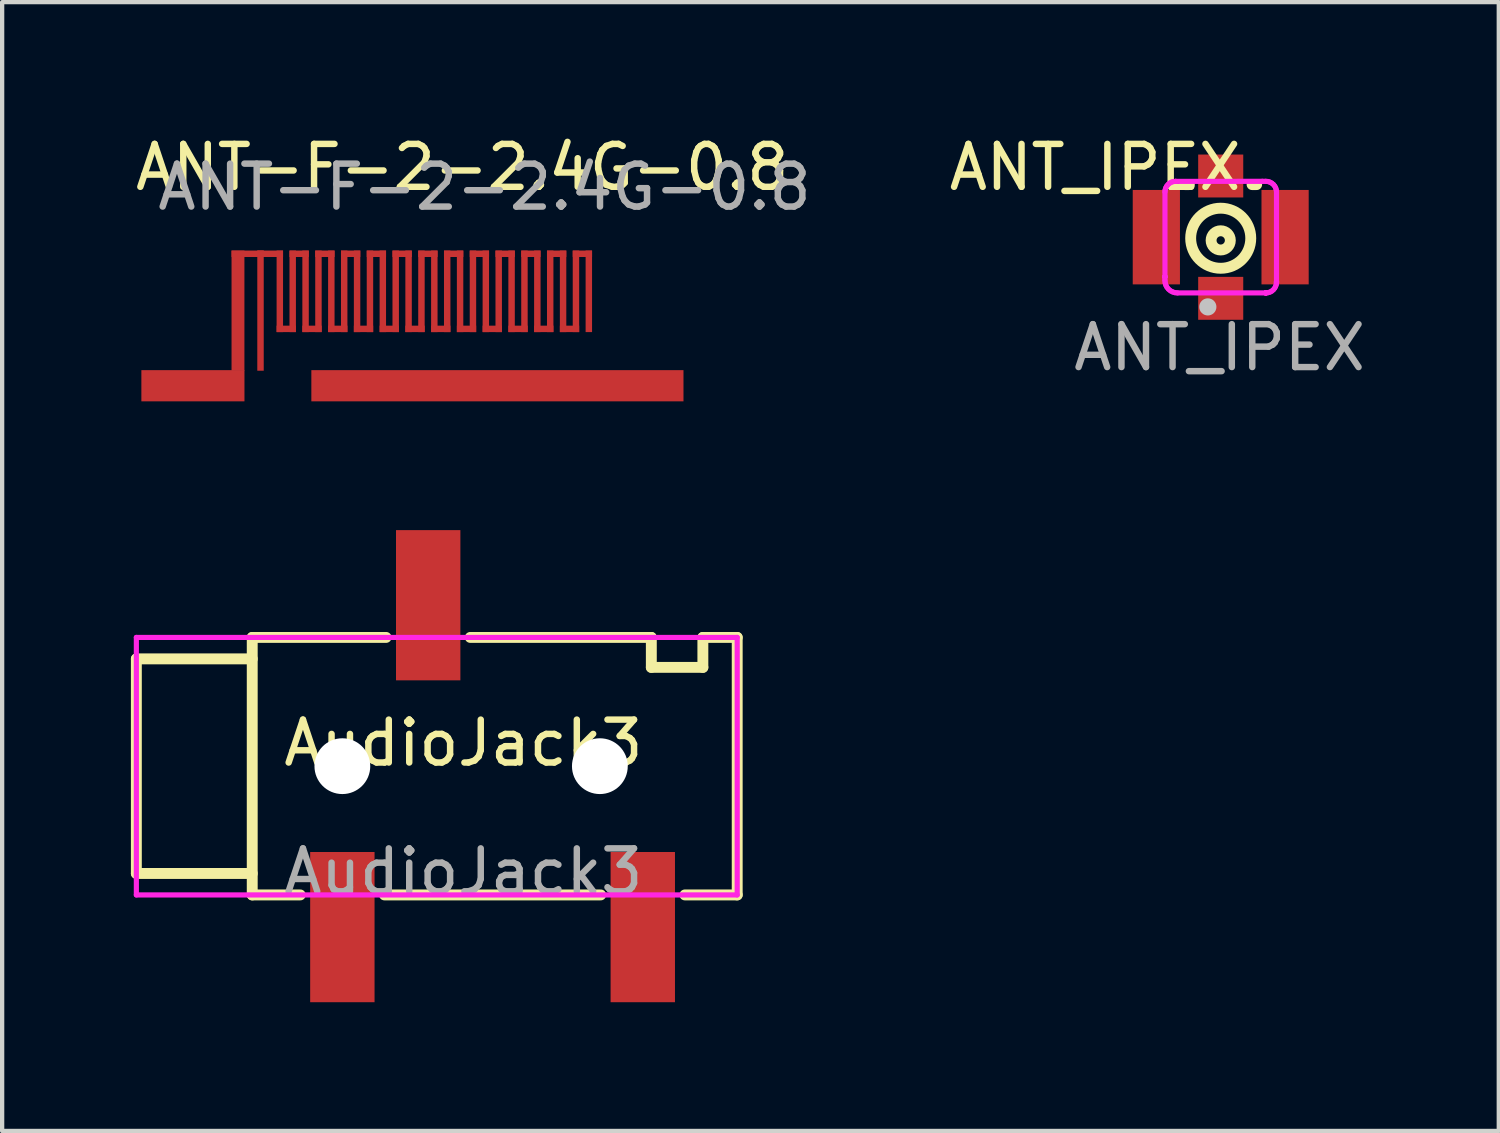
<source format=kicad_pcb>
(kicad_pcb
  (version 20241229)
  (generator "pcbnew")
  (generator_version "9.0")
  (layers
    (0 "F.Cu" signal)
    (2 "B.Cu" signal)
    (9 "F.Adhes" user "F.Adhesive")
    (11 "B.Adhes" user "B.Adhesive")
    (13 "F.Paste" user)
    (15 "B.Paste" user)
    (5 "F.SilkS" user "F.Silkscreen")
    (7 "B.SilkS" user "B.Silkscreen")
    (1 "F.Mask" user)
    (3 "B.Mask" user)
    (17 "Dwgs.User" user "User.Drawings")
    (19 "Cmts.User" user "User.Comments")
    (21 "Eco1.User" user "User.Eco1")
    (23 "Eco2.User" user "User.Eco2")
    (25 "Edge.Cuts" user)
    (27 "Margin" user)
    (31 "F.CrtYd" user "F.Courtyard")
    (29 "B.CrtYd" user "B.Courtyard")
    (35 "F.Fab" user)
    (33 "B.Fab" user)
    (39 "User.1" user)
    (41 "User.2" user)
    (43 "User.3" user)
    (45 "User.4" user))
  (footprint "ANT_IPEX"
    (layer "F.Cu")
    (at 25.366 2.548)
    (property "Reference" "ANT_IPEX" (at -2.9 -1.7 0) (unlocked yes) (layer "F.SilkS") (effects (font (size 1 1) (thickness 0.15))))
    (attr smd)
    (fp_line (start -0.81 -1.297) (end -0.704 -1.297) (stroke (width 0.254) (type solid)) (layer "F.SilkS"))
    (fp_line (start 0.758 -1.297) (end 0.864 -1.297) (stroke (width 0.254) (type solid)) (layer "F.SilkS"))
    (fp_circle (center 0.027 -0.047) (end 0.727 -0.047) (stroke (width 0.254) (type solid)) (fill no) (layer "F.SilkS"))
    (fp_circle (center 0.027 0.003) (end 0.251 0.003) (stroke (width 0.254) (type solid)) (fill no) (layer "F.SilkS"))
    (fp_circle (center -0.273 1.553) (end -0.173 1.553) (stroke (width 0.2) (type solid)) (fill no) (layer "Dwgs.User"))
    (fp_circle (center 1.527 1.479) (end 1.557 1.479) (stroke (width 0.06) (type solid)) (fill no) (layer "Eco2.User"))
    (fp_line (start -1.273 0.853) (end -1.273 0.853) (stroke (width 0.12) (type solid)) (layer "F.CrtYd"))
    (fp_line (start -1.273 0.853) (end -1.273 0.853) (stroke (width 0.12) (type solid)) (layer "F.CrtYd"))
    (fp_line (start -1.273 0.853) (end -1.273 0.853) (stroke (width 0.12) (type solid)) (layer "F.CrtYd"))
    (fp_line (start -1.273 0.853) (end -1.273 0.853) (stroke (width 0.12) (type solid)) (layer "F.CrtYd"))
    (fp_line (start -1.273 0.853) (end -1.273 0.853) (stroke (width 0.12) (type solid)) (layer "F.CrtYd"))
    (fp_line (start -1.273 0.853) (end -1.273 0.853) (stroke (width 0.12) (type solid)) (layer "F.CrtYd"))
    (fp_line (start -1.273 0.853) (end -1.273 0.935) (stroke (width 0.12) (type solid)) (layer "F.CrtYd"))
    (fp_line (start -1.273 0.935) (end -1.267 0.992) (stroke (width 0.12) (type solid)) (layer "F.CrtYd"))
    (fp_line (start -1.272 -1.125) (end -1.272 0.852) (stroke (width 0.12) (type solid)) (layer "F.CrtYd"))
    (fp_line (start -1.272 0.852) (end -1.272 0.853) (stroke (width 0.12) (type solid)) (layer "F.CrtYd"))
    (fp_line (start -1.272 0.853) (end -1.273 0.853) (stroke (width 0.12) (type solid)) (layer "F.CrtYd"))
    (fp_line (start -1.268 -1.173) (end -1.272 -1.125) (stroke (width 0.12) (type solid)) (layer "F.CrtYd"))
    (fp_line (start -1.267 0.992) (end -1.251 1.047) (stroke (width 0.12) (type solid)) (layer "F.CrtYd"))
    (fp_line (start -1.254 -1.22) (end -1.268 -1.173) (stroke (width 0.12) (type solid)) (layer "F.CrtYd"))
    (fp_line (start -1.251 1.047) (end -1.224 1.097) (stroke (width 0.12) (type solid)) (layer "F.CrtYd"))
    (fp_line (start -1.231 -1.262) (end -1.254 -1.22) (stroke (width 0.12) (type solid)) (layer "F.CrtYd"))
    (fp_line (start -1.224 1.097) (end -1.188 1.141) (stroke (width 0.12) (type solid)) (layer "F.CrtYd"))
    (fp_line (start -1.2 -1.3) (end -1.231 -1.262) (stroke (width 0.12) (type solid)) (layer "F.CrtYd"))
    (fp_line (start -1.188 1.141) (end -1.143 1.178) (stroke (width 0.12) (type solid)) (layer "F.CrtYd"))
    (fp_line (start -1.163 -1.331) (end -1.2 -1.3) (stroke (width 0.12) (type solid)) (layer "F.CrtYd"))
    (fp_line (start -1.143 1.178) (end -1.093 1.204) (stroke (width 0.12) (type solid)) (layer "F.CrtYd"))
    (fp_line (start -1.12 -1.354) (end -1.163 -1.331) (stroke (width 0.12) (type solid)) (layer "F.CrtYd"))
    (fp_line (start -1.093 1.204) (end -1.038 1.221) (stroke (width 0.12) (type solid)) (layer "F.CrtYd"))
    (fp_line (start -1.073 -1.368) (end -1.12 -1.354) (stroke (width 0.12) (type solid)) (layer "F.CrtYd"))
    (fp_line (start -1.038 1.221) (end -0.981 1.227) (stroke (width 0.12) (type solid)) (layer "F.CrtYd"))
    (fp_line (start -1.025 -1.372) (end -1.073 -1.368) (stroke (width 0.12) (type solid)) (layer "F.CrtYd"))
    (fp_line (start -1.021 -1.372) (end -1.025 -1.372) (stroke (width 0.12) (type solid)) (layer "F.CrtYd"))
    (fp_line (start -0.981 1.227) (end 1.078 1.227) (stroke (width 0.12) (type solid)) (layer "F.CrtYd"))
    (fp_line (start 0.997 -1.373) (end -1.021 -1.372) (stroke (width 0.12) (type solid)) (layer "F.CrtYd"))
    (fp_line (start 1.077 -1.373) (end 0.997 -1.373) (stroke (width 0.12) (type solid)) (layer "F.CrtYd"))
    (fp_line (start 1.078 1.227) (end 1.078 1.227) (stroke (width 0.12) (type solid)) (layer "F.CrtYd"))
    (fp_line (start 1.078 1.227) (end 1.078 1.227) (stroke (width 0.12) (type solid)) (layer "F.CrtYd"))
    (fp_line (start 1.078 1.227) (end 1.078 1.227) (stroke (width 0.12) (type solid)) (layer "F.CrtYd"))
    (fp_line (start 1.078 1.227) (end 1.078 1.227) (stroke (width 0.12) (type solid)) (layer "F.CrtYd"))
    (fp_line (start 1.078 1.227) (end 1.078 1.227) (stroke (width 0.12) (type solid)) (layer "F.CrtYd"))
    (fp_line (start 1.078 1.227) (end 1.078 1.227) (stroke (width 0.12) (type solid)) (layer "F.CrtYd"))
    (fp_line (start 1.078 1.227) (end 1.078 1.227) (stroke (width 0.12) (type solid)) (layer "F.CrtYd"))
    (fp_line (start 1.078 1.227) (end 1.078 1.227) (stroke (width 0.12) (type solid)) (layer "F.CrtYd"))
    (fp_line (start 1.078 1.227) (end 1.126 1.222) (stroke (width 0.12) (type solid)) (layer "F.CrtYd"))
    (fp_line (start 1.126 -1.369) (end 1.077 -1.373) (stroke (width 0.12) (type solid)) (layer "F.CrtYd"))
    (fp_line (start 1.126 1.222) (end 1.173 1.208) (stroke (width 0.12) (type solid)) (layer "F.CrtYd"))
    (fp_line (start 1.173 -1.354) (end 1.126 -1.369) (stroke (width 0.12) (type solid)) (layer "F.CrtYd"))
    (fp_line (start 1.173 1.208) (end 1.216 1.185) (stroke (width 0.12) (type solid)) (layer "F.CrtYd"))
    (fp_line (start 1.216 -1.331) (end 1.173 -1.354) (stroke (width 0.12) (type solid)) (layer "F.CrtYd"))
    (fp_line (start 1.216 1.185) (end 1.253 1.154) (stroke (width 0.12) (type solid)) (layer "F.CrtYd"))
    (fp_line (start 1.253 1.154) (end 1.284 1.116) (stroke (width 0.12) (type solid)) (layer "F.CrtYd"))
    (fp_line (start 1.254 -1.3) (end 1.216 -1.331) (stroke (width 0.12) (type solid)) (layer "F.CrtYd"))
    (fp_line (start 1.284 1.116) (end 1.307 1.073) (stroke (width 0.12) (type solid)) (layer "F.CrtYd"))
    (fp_line (start 1.285 -1.262) (end 1.254 -1.3) (stroke (width 0.12) (type solid)) (layer "F.CrtYd"))
    (fp_line (start 1.307 1.073) (end 1.322 1.027) (stroke (width 0.12) (type solid)) (layer "F.CrtYd"))
    (fp_line (start 1.308 -1.219) (end 1.285 -1.262) (stroke (width 0.12) (type solid)) (layer "F.CrtYd"))
    (fp_line (start 1.322 -1.172) (end 1.308 -1.219) (stroke (width 0.12) (type solid)) (layer "F.CrtYd"))
    (fp_line (start 1.322 1.027) (end 1.326 0.978) (stroke (width 0.12) (type solid)) (layer "F.CrtYd"))
    (fp_line (start 1.326 0.973) (end 1.326 0.973) (stroke (width 0.12) (type solid)) (layer "F.CrtYd"))
    (fp_line (start 1.326 0.973) (end 1.327 0.973) (stroke (width 0.12) (type solid)) (layer "F.CrtYd"))
    (fp_line (start 1.326 0.978) (end 1.326 0.973) (stroke (width 0.12) (type solid)) (layer "F.CrtYd"))
    (fp_line (start 1.327 -1.123) (end 1.322 -1.172) (stroke (width 0.12) (type solid)) (layer "F.CrtYd"))
    (fp_line (start 1.327 0.972) (end 1.327 -1.123) (stroke (width 0.12) (type solid)) (layer "F.CrtYd"))
    (fp_line (start 1.327 0.972) (end 1.327 0.972) (stroke (width 0.12) (type solid)) (layer "F.CrtYd"))
    (fp_line (start 1.327 0.972) (end 1.327 0.972) (stroke (width 0.12) (type solid)) (layer "F.CrtYd"))
    (fp_line (start 1.327 0.972) (end 1.327 0.972) (stroke (width 0.12) (type solid)) (layer "F.CrtYd"))
    (fp_line (start 1.327 0.973) (end 1.327 0.972) (stroke (width 0.12) (type solid)) (layer "F.CrtYd"))
    (fp_line (start 1.327 0.973) (end 1.327 0.973) (stroke (width 0.12) (type solid)) (layer "F.CrtYd"))
    (fp_line (start 1.327 0.973) (end 1.327 0.973) (stroke (width 0.12) (type solid)) (layer "F.CrtYd"))
    (fp_text user "${REFERENCE}" (at 0 2.5 0) (unlocked yes) (layer "F.Fab") (effects (font (size 1 1) (thickness 0.15))))
    (pad "1" smd rect (at 0.027 1.353) (size 1.05 1) (layers "F.Cu" "F.Mask" "F.Paste"))
    (pad "2" smd rect (at -1.473 -0.072 90) (size 2.2 1.1) (layers "F.Cu" "F.Mask" "F.Paste"))
    (pad "3" smd rect (at 1.527 -0.072 90) (size 2.2 1.1) (layers "F.Cu" "F.Mask" "F.Paste"))
    (pad "4" smd rect (at 0.027 -1.497) (size 1.05 1) (layers "F.Cu" "F.Mask" "F.Paste")))
  (footprint "AudioJack3"
    (layer "F.Cu")
    (at 7.747 14.762)
    (property "Reference" "AudioJack3" (at 0 -0.5 0) (unlocked yes) (layer "F.SilkS") (effects (font (size 1 1) (thickness 0.15))))
    (attr smd)
    (fp_line (start -7.62 -2.46) (end -7.62 2.54) (stroke (width 0.254) (type solid)) (layer "F.SilkS"))
    (fp_line (start -4.92 -2.96) (end -1.801 -2.96) (stroke (width 0.254) (type solid)) (layer "F.SilkS"))
    (fp_line (start -4.92 -2.46) (end -7.62 -2.46) (stroke (width 0.254) (type solid)) (layer "F.SilkS"))
    (fp_line (start -4.92 2.54) (end -7.62 2.54) (stroke (width 0.254) (type solid)) (layer "F.SilkS"))
    (fp_line (start -4.92 3.04) (end -4.92 -2.96) (stroke (width 0.254) (type solid)) (layer "F.SilkS"))
    (fp_line (start -4.92 3.04) (end -3.801 3.04) (stroke (width 0.254) (type solid)) (layer "F.SilkS"))
    (fp_line (start -1.839 3.04) (end 3.199 3.04) (stroke (width 0.254) (type solid)) (layer "F.SilkS"))
    (fp_line (start 4.379 -2.96) (end 0.161 -2.96) (stroke (width 0.254) (type solid)) (layer "F.SilkS"))
    (fp_line (start 4.379 -2.96) (end 4.379 -2.262) (stroke (width 0.254) (type solid)) (layer "F.SilkS"))
    (fp_line (start 4.379 -2.262) (end 5.58 -2.262) (stroke (width 0.254) (type solid)) (layer "F.SilkS"))
    (fp_line (start 5.161 3.04) (end 6.38 3.04) (stroke (width 0.254) (type solid)) (layer "F.SilkS"))
    (fp_line (start 5.58 -2.96) (end 6.38 -2.96) (stroke (width 0.254) (type solid)) (layer "F.SilkS"))
    (fp_line (start 5.58 -2.262) (end 5.58 -2.96) (stroke (width 0.254) (type solid)) (layer "F.SilkS"))
    (fp_line (start 6.38 -2.96) (end 6.38 3.04) (stroke (width 0.254) (type solid)) (layer "F.SilkS"))
    (fp_line (start -7.62 -2.96) (end 6.38 -2.96) (stroke (width 0.12) (type solid)) (layer "F.CrtYd"))
    (fp_line (start -7.62 3.04) (end -7.62 -2.96) (stroke (width 0.12) (type solid)) (layer "F.CrtYd"))
    (fp_line (start 6.38 -2.96) (end 6.38 3.04) (stroke (width 0.12) (type solid)) (layer "F.CrtYd"))
    (fp_line (start 6.38 3.04) (end -7.62 3.04) (stroke (width 0.12) (type solid)) (layer "F.CrtYd"))
    (fp_text user "${REFERENCE}" (at 0 2.5 0) (unlocked yes) (layer "F.Fab") (effects (font (size 1 1) (thickness 0.15))))
    (pad "" np_thru_hole circle (at -2.82 0.04) (size 1.3 1.3) (drill 1.3) (layers "*.Cu" "*.Mask"))
    (pad "" np_thru_hole circle (at 3.18 0.04) (size 1.3 1.3) (drill 1.3) (layers "*.Cu" "*.Mask"))
    (pad "R" smd rect (at 4.18 3.79) (size 1.5 3.5) (layers "F.Cu" "F.Mask" "F.Paste"))
    (pad "S" smd rect (at -2.82 3.79) (size 1.5 3.5) (layers "F.Cu" "F.Mask" "F.Paste"))
    (pad "T" smd rect (at -0.82 -3.71) (size 1.5 3.5) (layers "F.Cu" "F.Mask" "F.Paste")))
  (footprint "ANT-F-2-2.4G-0.8"
    (layer "F.Cu")
    (at 7.22 4.598)
    (property "Reference" "ANT-F-2-2.4G-0.8" (at 0.5 -3.75 0) (unlocked yes) (layer "F.SilkS") (effects (font (size 1 1) (thickness 0.15))))
    (attr smd)
    (fp_text user "${REFERENCE}" (at 1.02 -3.29 0) (unlocked yes) (layer "F.Fab") (effects (font (size 1 1) (thickness 0.15))))
    (pad "" smd rect (at -5.775 1.34 180) (size 2.402 0.727) (layers "F.Cu" "F.Mask" "F.Paste"))
    (pad "" smd rect (at -4.725 -0.41) (size 0.3 2.8) (layers "F.Cu" "F.Mask" "F.Paste"))
    (pad "" smd rect (at 1.32 1.34 180) (size 8.671 0.727) (layers "F.Cu" "F.Mask" "F.Paste"))
    (pad "1" smd rect (at -4.5 -1.735 90) (size 0.15 0.75) (layers "F.Cu" "F.Mask" "F.Paste"))
    (pad "1" smd rect (at -4.2 -0.41 180) (size 0.15 2.8) (layers "F.Cu" "F.Mask" "F.Paste"))
    (pad "1" smd rect (at -3.975 -1.735 180) (size 0.6 0.15) (layers "F.Cu" "F.Mask" "F.Paste"))
    (pad "1" smd rect (at -3.75 -0.86 180) (size 0.15 1.9) (layers "F.Cu" "F.Mask" "F.Paste"))
    (pad "1" smd rect (at -3.6 0.015 180) (size 0.45 0.15) (layers "F.Cu" "F.Mask" "F.Paste"))
    (pad "1" smd rect (at -3.45 -0.86 180) (size 0.15 1.9) (layers "F.Cu" "F.Mask" "F.Paste"))
    (pad "1" smd rect (at -3.3 -1.735 180) (size 0.45 0.15) (layers "F.Cu" "F.Mask" "F.Paste"))
    (pad "1" smd rect (at -3.15 -0.86 180) (size 0.15 1.9) (layers "F.Cu" "F.Mask" "F.Paste"))
    (pad "1" smd rect (at -3 0.015 180) (size 0.45 0.15) (layers "F.Cu" "F.Mask" "F.Paste"))
    (pad "1" smd rect (at -2.85 -0.86 180) (size 0.15 1.9) (layers "F.Cu" "F.Mask" "F.Paste"))
    (pad "1" smd rect (at -2.7 -1.735 180) (size 0.45 0.15) (layers "F.Cu" "F.Mask" "F.Paste"))
    (pad "1" smd rect (at -2.55 -0.86 180) (size 0.15 1.9) (layers "F.Cu" "F.Mask" "F.Paste"))
    (pad "1" smd rect (at -2.4 0.015 180) (size 0.45 0.15) (layers "F.Cu" "F.Mask" "F.Paste"))
    (pad "1" smd rect (at -2.25 -0.86 180) (size 0.15 1.9) (layers "F.Cu" "F.Mask" "F.Paste"))
    (pad "1" smd rect (at -2.1 -1.735 180) (size 0.45 0.15) (layers "F.Cu" "F.Mask" "F.Paste"))
    (pad "1" smd rect (at -1.95 -0.86 180) (size 0.15 1.9) (layers "F.Cu" "F.Mask" "F.Paste"))
    (pad "1" smd rect (at -1.8 0.015 180) (size 0.45 0.15) (layers "F.Cu" "F.Mask" "F.Paste"))
    (pad "1" smd rect (at -1.65 -0.86 180) (size 0.15 1.9) (layers "F.Cu" "F.Mask" "F.Paste"))
    (pad "1" smd rect (at -1.5 -1.735 180) (size 0.45 0.15) (layers "F.Cu" "F.Mask" "F.Paste"))
    (pad "1" smd rect (at -1.35 -0.86 180) (size 0.15 1.9) (layers "F.Cu" "F.Mask" "F.Paste"))
    (pad "1" smd rect (at -1.2 0.015 180) (size 0.45 0.15) (layers "F.Cu" "F.Mask" "F.Paste"))
    (pad "1" smd rect (at -1.05 -0.86 180) (size 0.15 1.9) (layers "F.Cu" "F.Mask" "F.Paste"))
    (pad "1" smd rect (at -0.9 -1.735 180) (size 0.45 0.15) (layers "F.Cu" "F.Mask" "F.Paste"))
    (pad "1" smd rect (at -0.75 -0.86 180) (size 0.15 1.9) (layers "F.Cu" "F.Mask" "F.Paste"))
    (pad "1" smd rect (at -0.6 0.015 180) (size 0.45 0.15) (layers "F.Cu" "F.Mask" "F.Paste"))
    (pad "1" smd rect (at -0.45 -0.86 180) (size 0.15 1.9) (layers "F.Cu" "F.Mask" "F.Paste"))
    (pad "1" smd rect (at -0.3 -1.735 180) (size 0.45 0.15) (layers "F.Cu" "F.Mask" "F.Paste"))
    (pad "1" smd rect (at -0.15 -0.86 180) (size 0.15 1.9) (layers "F.Cu" "F.Mask" "F.Paste"))
    (pad "1" smd rect (at 0 0.015 180) (size 0.45 0.15) (layers "F.Cu" "F.Mask" "F.Paste"))
    (pad "1" smd rect (at 0.15 -0.86 180) (size 0.15 1.9) (layers "F.Cu" "F.Mask" "F.Paste"))
    (pad "1" smd rect (at 0.3 -1.735 180) (size 0.45 0.15) (layers "F.Cu" "F.Mask" "F.Paste"))
    (pad "1" smd rect (at 0.45 -0.86 180) (size 0.15 1.9) (layers "F.Cu" "F.Mask" "F.Paste"))
    (pad "1" smd rect (at 0.6 0.015 180) (size 0.45 0.15) (layers "F.Cu" "F.Mask" "F.Paste"))
    (pad "1" smd rect (at 0.75 -0.86 180) (size 0.15 1.9) (layers "F.Cu" "F.Mask" "F.Paste"))
    (pad "1" smd rect (at 0.9 -1.735 180) (size 0.45 0.15) (layers "F.Cu" "F.Mask" "F.Paste"))
    (pad "1" smd rect (at 1.05 -0.86 180) (size 0.15 1.9) (layers "F.Cu" "F.Mask" "F.Paste"))
    (pad "1" smd rect (at 1.2 0.015 180) (size 0.45 0.15) (layers "F.Cu" "F.Mask" "F.Paste"))
    (pad "1" smd rect (at 1.35 -0.86 180) (size 0.15 1.9) (layers "F.Cu" "F.Mask" "F.Paste"))
    (pad "1" smd rect (at 1.5 -1.735 180) (size 0.45 0.15) (layers "F.Cu" "F.Mask" "F.Paste"))
    (pad "1" smd rect (at 1.65 -0.86 180) (size 0.15 1.9) (layers "F.Cu" "F.Mask" "F.Paste"))
    (pad "1" smd rect (at 1.8 0.015 180) (size 0.45 0.15) (layers "F.Cu" "F.Mask" "F.Paste"))
    (pad "1" smd rect (at 1.95 -0.86 180) (size 0.15 1.9) (layers "F.Cu" "F.Mask" "F.Paste"))
    (pad "1" smd rect (at 2.1 -1.735 180) (size 0.45 0.15) (layers "F.Cu" "F.Mask" "F.Paste"))
    (pad "1" smd rect (at 2.25 -0.86 180) (size 0.15 1.9) (layers "F.Cu" "F.Mask" "F.Paste"))
    (pad "1" smd rect (at 2.4 0.015 180) (size 0.45 0.15) (layers "F.Cu" "F.Mask" "F.Paste"))
    (pad "1" smd rect (at 2.55 -0.86 180) (size 0.15 1.9) (layers "F.Cu" "F.Mask" "F.Paste"))
    (pad "1" smd rect (at 2.7 -1.735 180) (size 0.45 0.15) (layers "F.Cu" "F.Mask" "F.Paste"))
    (pad "1" smd rect (at 2.85 -0.86 180) (size 0.15 1.9) (layers "F.Cu" "F.Mask" "F.Paste"))
    (pad "1" smd rect (at 3 0.015 180) (size 0.45 0.15) (layers "F.Cu" "F.Mask" "F.Paste"))
    (pad "1" smd rect (at 3.15 -0.86 180) (size 0.15 1.9) (layers "F.Cu" "F.Mask" "F.Paste"))
    (pad "1" smd rect (at 3.3 -1.735 180) (size 0.45 0.15) (layers "F.Cu" "F.Mask" "F.Paste"))
    (pad "1" smd rect (at 3.45 -0.86 180) (size 0.15 1.9) (layers "F.Cu" "F.Mask" "F.Paste")))
  (gr_rect
    (start -3 -3)
    (end 31.872 23.302)
    (stroke (width 0.1) (type default))
    (fill no)
    (layer "Edge.Cuts")))
</source>
